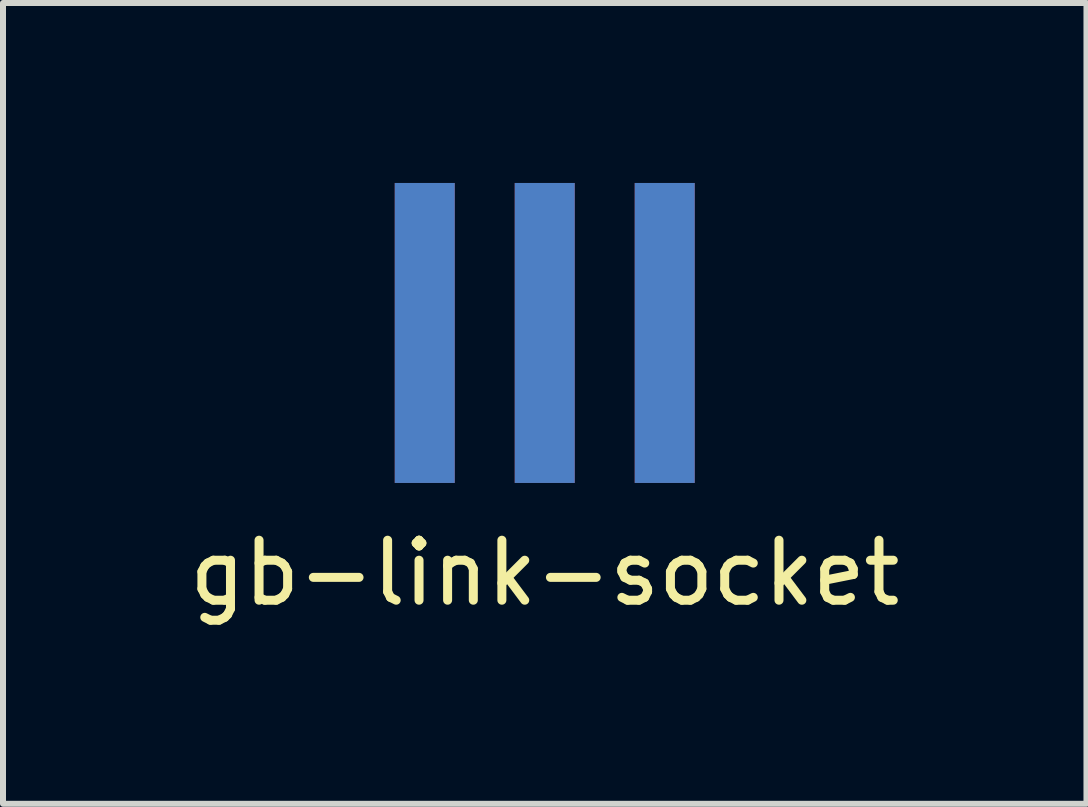
<source format=kicad_pcb>
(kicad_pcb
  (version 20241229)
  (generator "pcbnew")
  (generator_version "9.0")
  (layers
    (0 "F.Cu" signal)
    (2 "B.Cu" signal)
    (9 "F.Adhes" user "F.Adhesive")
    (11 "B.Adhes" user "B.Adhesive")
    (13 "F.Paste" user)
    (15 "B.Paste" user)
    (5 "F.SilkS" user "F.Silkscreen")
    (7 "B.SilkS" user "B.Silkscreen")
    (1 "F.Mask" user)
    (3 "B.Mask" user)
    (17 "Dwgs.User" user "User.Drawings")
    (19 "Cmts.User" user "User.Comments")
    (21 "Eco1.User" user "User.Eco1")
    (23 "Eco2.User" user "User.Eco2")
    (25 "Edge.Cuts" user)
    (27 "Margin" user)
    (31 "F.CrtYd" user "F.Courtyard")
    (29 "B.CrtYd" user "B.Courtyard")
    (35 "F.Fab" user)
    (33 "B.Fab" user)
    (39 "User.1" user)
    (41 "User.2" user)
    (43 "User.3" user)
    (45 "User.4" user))
  (footprint "gb-link-socket"
    (layer "F.Cu")
    (at 6.03 2.5)
    (property "Reference" "gb-link-socket" (at 0 4 0) (layer "F.SilkS") (effects (font (size 1 1) (thickness 0.15))))
    (attr through_hole)
    (pad "1" connect rect (at -2 0) (size 1 5) (layers "B.Cu" "B.Mask"))
    (pad "2" connect rect (at -2 0) (size 1 5) (layers "F.Cu" "F.Mask"))
    (pad "3" connect rect (at 0 0) (size 1 5) (layers "B.Cu" "B.Mask"))
    (pad "4" connect rect (at 0 0) (size 1 5) (layers "F.Cu" "F.Mask"))
    (pad "5" connect rect (at 2 0) (size 1 5) (layers "B.Cu" "B.Mask"))
    (pad "6" connect rect (at 2 0) (size 1 5) (layers "F.Cu" "F.Mask")))
  (gr_rect
    (start -3 -3)
    (end 15.06 10.348)
    (stroke (width 0.1) (type default))
    (fill no)
    (layer "Edge.Cuts")))
</source>
